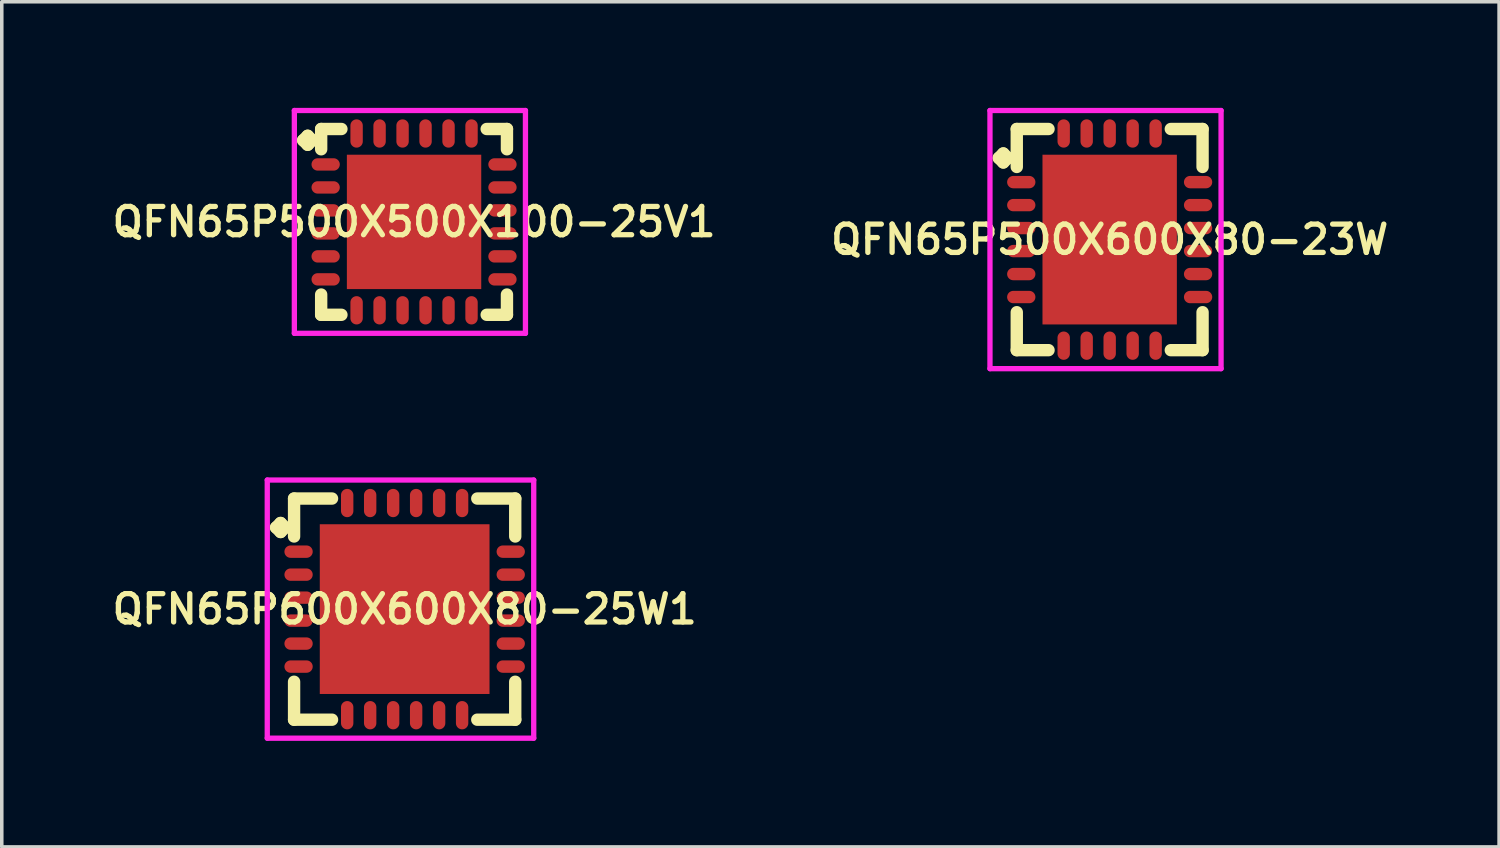
<source format=kicad_pcb>
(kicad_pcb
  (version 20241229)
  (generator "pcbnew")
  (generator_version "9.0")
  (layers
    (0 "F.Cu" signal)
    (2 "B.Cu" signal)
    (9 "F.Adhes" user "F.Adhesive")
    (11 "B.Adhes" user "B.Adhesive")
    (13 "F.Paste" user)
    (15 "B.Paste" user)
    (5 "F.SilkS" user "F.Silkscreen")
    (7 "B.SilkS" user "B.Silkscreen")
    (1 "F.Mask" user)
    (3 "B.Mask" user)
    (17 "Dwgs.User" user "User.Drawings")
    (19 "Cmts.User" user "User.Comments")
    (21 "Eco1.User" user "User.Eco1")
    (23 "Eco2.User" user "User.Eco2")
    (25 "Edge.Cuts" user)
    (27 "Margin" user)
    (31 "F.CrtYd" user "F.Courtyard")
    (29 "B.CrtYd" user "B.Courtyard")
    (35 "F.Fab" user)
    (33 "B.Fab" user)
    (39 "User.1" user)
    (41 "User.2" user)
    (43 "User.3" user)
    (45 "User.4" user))
  (footprint "QFN65P600X600X80-25W1"
    (layer "F.Cu")
    (at 8.393 14.175)
    (property "Reference" "QFN65P600X600X80-25W1" (at 0 0 0) (layer "F.SilkS") (effects (font (size 0.8 0.8) (thickness 0.15))))
    (attr smd)
    (fp_line (start -3.635 -2.308) (end -3.508 -2.435) (stroke (width 0.35) (type solid)) (layer "F.SilkS"))
    (fp_line (start -3.508 -2.435) (end -3.381 -2.308) (stroke (width 0.35) (type solid)) (layer "F.SilkS"))
    (fp_line (start -3.508 -2.181) (end -3.635 -2.308) (stroke (width 0.35) (type solid)) (layer "F.SilkS"))
    (fp_line (start -3.381 -2.308) (end -3.508 -2.181) (stroke (width 0.35) (type solid)) (layer "F.SilkS"))
    (fp_line (start -3.127 -3.127) (end -2.054 -3.127) (stroke (width 0.35) (type solid)) (layer "F.SilkS"))
    (fp_line (start -3.127 -2.054) (end -3.127 -3.127) (stroke (width 0.35) (type solid)) (layer "F.SilkS"))
    (fp_line (start -3.127 2.054) (end -3.127 3.127) (stroke (width 0.35) (type solid)) (layer "F.SilkS"))
    (fp_line (start -3.127 3.127) (end -2.054 3.127) (stroke (width 0.35) (type solid)) (layer "F.SilkS"))
    (fp_line (start 2.054 -3.127) (end 3.127 -3.127) (stroke (width 0.35) (type solid)) (layer "F.SilkS"))
    (fp_line (start 2.054 3.127) (end 3.127 3.127) (stroke (width 0.35) (type solid)) (layer "F.SilkS"))
    (fp_line (start 3.127 -3.127) (end 3.127 -2.054) (stroke (width 0.35) (type solid)) (layer "F.SilkS"))
    (fp_line (start 3.127 3.127) (end 3.127 2.054) (stroke (width 0.35) (type solid)) (layer "F.SilkS"))
    (fp_line (start -3.885 -3.65) (end 3.65 -3.65) (stroke (width 0.15) (type solid)) (layer "F.CrtYd"))
    (fp_line (start -3.885 3.65) (end -3.885 -3.65) (stroke (width 0.15) (type solid)) (layer "F.CrtYd"))
    (fp_line (start 3.65 -3.65) (end 3.65 3.65) (stroke (width 0.15) (type solid)) (layer "F.CrtYd"))
    (fp_line (start 3.65 3.65) (end -3.885 3.65) (stroke (width 0.15) (type solid)) (layer "F.CrtYd"))
    (pad "1" smd oval (at -3 -1.625) (size 0.8 0.35) (layers "F.Cu" "F.Mask" "F.Paste"))
    (pad "2" smd oval (at -3 -0.975) (size 0.8 0.35) (layers "F.Cu" "F.Mask" "F.Paste"))
    (pad "3" smd oval (at -3 -0.325) (size 0.8 0.35) (layers "F.Cu" "F.Mask" "F.Paste"))
    (pad "4" smd oval (at -3 0.325) (size 0.8 0.35) (layers "F.Cu" "F.Mask" "F.Paste"))
    (pad "5" smd oval (at -3 0.975) (size 0.8 0.35) (layers "F.Cu" "F.Mask" "F.Paste"))
    (pad "6" smd oval (at -3 1.625) (size 0.8 0.35) (layers "F.Cu" "F.Mask" "F.Paste"))
    (pad "7" smd oval (at -1.625 3) (size 0.35 0.8) (layers "F.Cu" "F.Mask" "F.Paste"))
    (pad "8" smd oval (at -0.975 3) (size 0.35 0.8) (layers "F.Cu" "F.Mask" "F.Paste"))
    (pad "9" smd oval (at -0.325 3) (size 0.35 0.8) (layers "F.Cu" "F.Mask" "F.Paste"))
    (pad "10" smd oval (at 0.325 3) (size 0.35 0.8) (layers "F.Cu" "F.Mask" "F.Paste"))
    (pad "11" smd oval (at 0.975 3) (size 0.35 0.8) (layers "F.Cu" "F.Mask" "F.Paste"))
    (pad "12" smd oval (at 1.625 3) (size 0.35 0.8) (layers "F.Cu" "F.Mask" "F.Paste"))
    (pad "13" smd oval (at 3 1.625) (size 0.8 0.35) (layers "F.Cu" "F.Mask" "F.Paste"))
    (pad "14" smd oval (at 3 0.975) (size 0.8 0.35) (layers "F.Cu" "F.Mask" "F.Paste"))
    (pad "15" smd oval (at 3 0.325) (size 0.8 0.35) (layers "F.Cu" "F.Mask" "F.Paste"))
    (pad "16" smd oval (at 3 -0.325) (size 0.8 0.35) (layers "F.Cu" "F.Mask" "F.Paste"))
    (pad "17" smd oval (at 3 -0.975) (size 0.8 0.35) (layers "F.Cu" "F.Mask" "F.Paste"))
    (pad "18" smd oval (at 3 -1.625) (size 0.8 0.35) (layers "F.Cu" "F.Mask" "F.Paste"))
    (pad "19" smd oval (at 1.625 -3) (size 0.35 0.8) (layers "F.Cu" "F.Mask" "F.Paste"))
    (pad "20" smd oval (at 0.975 -3) (size 0.35 0.8) (layers "F.Cu" "F.Mask" "F.Paste"))
    (pad "21" smd oval (at 0.325 -3) (size 0.35 0.8) (layers "F.Cu" "F.Mask" "F.Paste"))
    (pad "22" smd oval (at -0.325 -3) (size 0.35 0.8) (layers "F.Cu" "F.Mask" "F.Paste"))
    (pad "23" smd oval (at -0.975 -3) (size 0.35 0.8) (layers "F.Cu" "F.Mask" "F.Paste"))
    (pad "24" smd oval (at -1.625 -3) (size 0.35 0.8) (layers "F.Cu" "F.Mask" "F.Paste"))
    (pad "25" smd rect (at 0 0) (size 4.8 4.8) (layers "F.Cu" "F.Mask" "F.Paste")))
  (footprint "QFN65P500X600X80-23W"
    (layer "F.Cu")
    (at 28.33 3.725)
    (property "Reference" "QFN65P500X600X80-23W" (at 0 0 0) (layer "F.SilkS") (effects (font (size 0.8 0.8) (thickness 0.15))))
    (attr smd)
    (fp_line (start -3.135 -2.308) (end -3.008 -2.435) (stroke (width 0.35) (type solid)) (layer "F.SilkS"))
    (fp_line (start -3.008 -2.435) (end -2.881 -2.308) (stroke (width 0.35) (type solid)) (layer "F.SilkS"))
    (fp_line (start -3.008 -2.181) (end -3.135 -2.308) (stroke (width 0.35) (type solid)) (layer "F.SilkS"))
    (fp_line (start -2.881 -2.308) (end -3.008 -2.181) (stroke (width 0.35) (type solid)) (layer "F.SilkS"))
    (fp_line (start -2.627 -3.127) (end -1.729 -3.127) (stroke (width 0.35) (type solid)) (layer "F.SilkS"))
    (fp_line (start -2.627 -2.054) (end -2.627 -3.127) (stroke (width 0.35) (type solid)) (layer "F.SilkS"))
    (fp_line (start -2.627 2.054) (end -2.627 3.127) (stroke (width 0.35) (type solid)) (layer "F.SilkS"))
    (fp_line (start -2.627 3.127) (end -1.729 3.127) (stroke (width 0.35) (type solid)) (layer "F.SilkS"))
    (fp_line (start 1.729 -3.127) (end 2.627 -3.127) (stroke (width 0.35) (type solid)) (layer "F.SilkS"))
    (fp_line (start 1.729 3.127) (end 2.627 3.127) (stroke (width 0.35) (type solid)) (layer "F.SilkS"))
    (fp_line (start 2.627 -3.127) (end 2.627 -2.054) (stroke (width 0.35) (type solid)) (layer "F.SilkS"))
    (fp_line (start 2.627 3.127) (end 2.627 2.054) (stroke (width 0.35) (type solid)) (layer "F.SilkS"))
    (fp_line (start -3.385 -3.65) (end 3.15 -3.65) (stroke (width 0.15) (type solid)) (layer "F.CrtYd"))
    (fp_line (start -3.385 3.65) (end -3.385 -3.65) (stroke (width 0.15) (type solid)) (layer "F.CrtYd"))
    (fp_line (start 3.15 -3.65) (end 3.15 3.65) (stroke (width 0.15) (type solid)) (layer "F.CrtYd"))
    (fp_line (start 3.15 3.65) (end -3.385 3.65) (stroke (width 0.15) (type solid)) (layer "F.CrtYd"))
    (pad "1" smd oval (at -2.5 -1.625) (size 0.8 0.35) (layers "F.Cu" "F.Mask" "F.Paste"))
    (pad "2" smd oval (at -2.5 -0.975) (size 0.8 0.35) (layers "F.Cu" "F.Mask" "F.Paste"))
    (pad "3" smd oval (at -2.5 -0.325) (size 0.8 0.35) (layers "F.Cu" "F.Mask" "F.Paste"))
    (pad "4" smd oval (at -2.5 0.325) (size 0.8 0.35) (layers "F.Cu" "F.Mask" "F.Paste"))
    (pad "5" smd oval (at -2.5 0.975) (size 0.8 0.35) (layers "F.Cu" "F.Mask" "F.Paste"))
    (pad "6" smd oval (at -2.5 1.625) (size 0.8 0.35) (layers "F.Cu" "F.Mask" "F.Paste"))
    (pad "7" smd oval (at -1.3 3) (size 0.35 0.8) (layers "F.Cu" "F.Mask" "F.Paste"))
    (pad "8" smd oval (at -0.65 3) (size 0.35 0.8) (layers "F.Cu" "F.Mask" "F.Paste"))
    (pad "9" smd oval (at 0 3) (size 0.35 0.8) (layers "F.Cu" "F.Mask" "F.Paste"))
    (pad "10" smd oval (at 0.65 3) (size 0.35 0.8) (layers "F.Cu" "F.Mask" "F.Paste"))
    (pad "11" smd oval (at 1.3 3) (size 0.35 0.8) (layers "F.Cu" "F.Mask" "F.Paste"))
    (pad "12" smd oval (at 2.5 1.625) (size 0.8 0.35) (layers "F.Cu" "F.Mask" "F.Paste"))
    (pad "13" smd oval (at 2.5 0.975) (size 0.8 0.35) (layers "F.Cu" "F.Mask" "F.Paste"))
    (pad "14" smd oval (at 2.5 0.325) (size 0.8 0.35) (layers "F.Cu" "F.Mask" "F.Paste"))
    (pad "15" smd oval (at 2.5 -0.325) (size 0.8 0.35) (layers "F.Cu" "F.Mask" "F.Paste"))
    (pad "16" smd oval (at 2.5 -0.975) (size 0.8 0.35) (layers "F.Cu" "F.Mask" "F.Paste"))
    (pad "17" smd oval (at 2.5 -1.625) (size 0.8 0.35) (layers "F.Cu" "F.Mask" "F.Paste"))
    (pad "18" smd oval (at 1.3 -3) (size 0.35 0.8) (layers "F.Cu" "F.Mask" "F.Paste"))
    (pad "19" smd oval (at 0.65 -3) (size 0.35 0.8) (layers "F.Cu" "F.Mask" "F.Paste"))
    (pad "20" smd oval (at 0 -3) (size 0.35 0.8) (layers "F.Cu" "F.Mask" "F.Paste"))
    (pad "21" smd oval (at -0.65 -3) (size 0.35 0.8) (layers "F.Cu" "F.Mask" "F.Paste"))
    (pad "22" smd oval (at -1.3 -3) (size 0.35 0.8) (layers "F.Cu" "F.Mask" "F.Paste"))
    (pad "23" smd rect (at 0 0) (size 3.8 4.8) (layers "F.Cu" "F.Mask" "F.Paste")))
  (footprint "QFN65P500X500X100-25V1"
    (layer "F.Cu")
    (at 8.659 3.225)
    (property "Reference" "QFN65P500X500X100-25V1" (at 0 0 0) (layer "F.SilkS") (effects (font (size 0.8 0.8) (thickness 0.15))))
    (attr smd)
    (fp_line (start -3.135 -2.308) (end -3.008 -2.435) (stroke (width 0.35) (type solid)) (layer "F.SilkS"))
    (fp_line (start -3.008 -2.435) (end -2.881 -2.308) (stroke (width 0.35) (type solid)) (layer "F.SilkS"))
    (fp_line (start -3.008 -2.181) (end -3.135 -2.308) (stroke (width 0.35) (type solid)) (layer "F.SilkS"))
    (fp_line (start -2.881 -2.308) (end -3.008 -2.181) (stroke (width 0.35) (type solid)) (layer "F.SilkS"))
    (fp_line (start -2.627 -2.627) (end -2.054 -2.627) (stroke (width 0.35) (type solid)) (layer "F.SilkS"))
    (fp_line (start -2.627 -2.054) (end -2.627 -2.627) (stroke (width 0.35) (type solid)) (layer "F.SilkS"))
    (fp_line (start -2.627 2.054) (end -2.627 2.627) (stroke (width 0.35) (type solid)) (layer "F.SilkS"))
    (fp_line (start -2.627 2.627) (end -2.054 2.627) (stroke (width 0.35) (type solid)) (layer "F.SilkS"))
    (fp_line (start 2.054 -2.627) (end 2.627 -2.627) (stroke (width 0.35) (type solid)) (layer "F.SilkS"))
    (fp_line (start 2.054 2.627) (end 2.627 2.627) (stroke (width 0.35) (type solid)) (layer "F.SilkS"))
    (fp_line (start 2.627 -2.627) (end 2.627 -2.054) (stroke (width 0.35) (type solid)) (layer "F.SilkS"))
    (fp_line (start 2.627 2.627) (end 2.627 2.054) (stroke (width 0.35) (type solid)) (layer "F.SilkS"))
    (fp_line (start -3.385 -3.15) (end 3.15 -3.15) (stroke (width 0.15) (type solid)) (layer "F.CrtYd"))
    (fp_line (start -3.385 3.15) (end -3.385 -3.15) (stroke (width 0.15) (type solid)) (layer "F.CrtYd"))
    (fp_line (start 3.15 -3.15) (end 3.15 3.15) (stroke (width 0.15) (type solid)) (layer "F.CrtYd"))
    (fp_line (start 3.15 3.15) (end -3.385 3.15) (stroke (width 0.15) (type solid)) (layer "F.CrtYd"))
    (pad "1" smd oval (at -2.5 -1.625) (size 0.8 0.35) (layers "F.Cu" "F.Mask" "F.Paste"))
    (pad "2" smd oval (at -2.5 -0.975) (size 0.8 0.35) (layers "F.Cu" "F.Mask" "F.Paste"))
    (pad "3" smd oval (at -2.5 -0.325) (size 0.8 0.35) (layers "F.Cu" "F.Mask" "F.Paste"))
    (pad "4" smd oval (at -2.5 0.325) (size 0.8 0.35) (layers "F.Cu" "F.Mask" "F.Paste"))
    (pad "5" smd oval (at -2.5 0.975) (size 0.8 0.35) (layers "F.Cu" "F.Mask" "F.Paste"))
    (pad "6" smd oval (at -2.5 1.625) (size 0.8 0.35) (layers "F.Cu" "F.Mask" "F.Paste"))
    (pad "7" smd oval (at -1.625 2.5) (size 0.35 0.8) (layers "F.Cu" "F.Mask" "F.Paste"))
    (pad "8" smd oval (at -0.975 2.5) (size 0.35 0.8) (layers "F.Cu" "F.Mask" "F.Paste"))
    (pad "9" smd oval (at -0.325 2.5) (size 0.35 0.8) (layers "F.Cu" "F.Mask" "F.Paste"))
    (pad "10" smd oval (at 0.325 2.5) (size 0.35 0.8) (layers "F.Cu" "F.Mask" "F.Paste"))
    (pad "11" smd oval (at 0.975 2.5) (size 0.35 0.8) (layers "F.Cu" "F.Mask" "F.Paste"))
    (pad "12" smd oval (at 1.625 2.5) (size 0.35 0.8) (layers "F.Cu" "F.Mask" "F.Paste"))
    (pad "13" smd oval (at 2.5 1.625) (size 0.8 0.35) (layers "F.Cu" "F.Mask" "F.Paste"))
    (pad "14" smd oval (at 2.5 0.975) (size 0.8 0.35) (layers "F.Cu" "F.Mask" "F.Paste"))
    (pad "15" smd oval (at 2.5 0.325) (size 0.8 0.35) (layers "F.Cu" "F.Mask" "F.Paste"))
    (pad "16" smd oval (at 2.5 -0.325) (size 0.8 0.35) (layers "F.Cu" "F.Mask" "F.Paste"))
    (pad "17" smd oval (at 2.5 -0.975) (size 0.8 0.35) (layers "F.Cu" "F.Mask" "F.Paste"))
    (pad "18" smd oval (at 2.5 -1.625) (size 0.8 0.35) (layers "F.Cu" "F.Mask" "F.Paste"))
    (pad "19" smd oval (at 1.625 -2.5) (size 0.35 0.8) (layers "F.Cu" "F.Mask" "F.Paste"))
    (pad "20" smd oval (at 0.975 -2.5) (size 0.35 0.8) (layers "F.Cu" "F.Mask" "F.Paste"))
    (pad "21" smd oval (at 0.325 -2.5) (size 0.35 0.8) (layers "F.Cu" "F.Mask" "F.Paste"))
    (pad "22" smd oval (at -0.325 -2.5) (size 0.35 0.8) (layers "F.Cu" "F.Mask" "F.Paste"))
    (pad "23" smd oval (at -0.975 -2.5) (size 0.35 0.8) (layers "F.Cu" "F.Mask" "F.Paste"))
    (pad "24" smd oval (at -1.625 -2.5) (size 0.35 0.8) (layers "F.Cu" "F.Mask" "F.Paste"))
    (pad "25" smd rect (at 0 0) (size 3.8 3.8) (layers "F.Cu" "F.Mask" "F.Paste")))
  (gr_rect
    (start -3 -3)
    (end 39.342 20.9)
    (stroke (width 0.1) (type default))
    (fill no)
    (layer "Edge.Cuts")))
</source>
